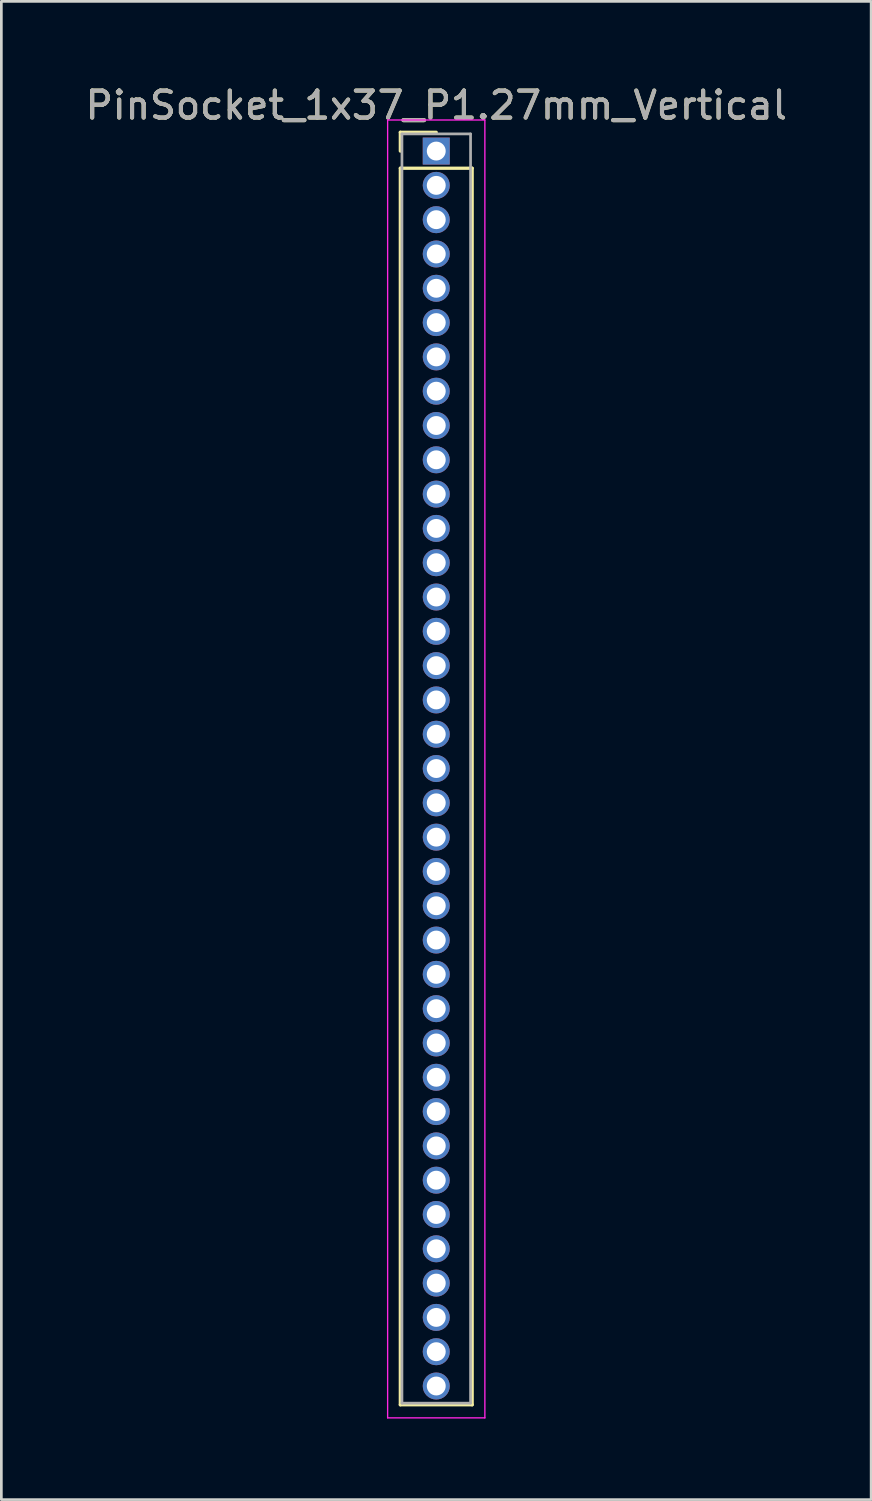
<source format=kicad_pcb>
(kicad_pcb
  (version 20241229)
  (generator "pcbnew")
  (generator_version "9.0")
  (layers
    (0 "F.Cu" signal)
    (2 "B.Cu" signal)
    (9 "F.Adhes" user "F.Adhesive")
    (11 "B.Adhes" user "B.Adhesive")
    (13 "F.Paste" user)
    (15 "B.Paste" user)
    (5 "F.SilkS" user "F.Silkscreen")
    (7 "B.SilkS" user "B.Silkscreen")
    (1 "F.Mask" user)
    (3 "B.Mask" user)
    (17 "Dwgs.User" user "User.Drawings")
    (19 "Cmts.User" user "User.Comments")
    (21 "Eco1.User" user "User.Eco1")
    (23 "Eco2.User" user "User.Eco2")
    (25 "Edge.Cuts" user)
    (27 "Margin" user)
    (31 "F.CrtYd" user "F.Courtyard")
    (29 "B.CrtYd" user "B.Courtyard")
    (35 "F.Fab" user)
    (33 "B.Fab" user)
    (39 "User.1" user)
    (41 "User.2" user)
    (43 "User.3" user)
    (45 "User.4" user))
  (footprint "PinSocket_1x37_P1.27mm_Vertical"
    (layer "F.Cu")
    (at 13.101 2.543)
    (property "Reference" "PinSocket_1x37_P1.27mm_Vertical" (at 0 -1.695 0) (layer "F.SilkS") (effects (font (size 1 1) (thickness 0.15))))
    (attr through_hole)
    (fp_line (start -1.33 -0.695) (end 0 -0.695) (stroke (width 0.12) (type solid)) (layer "F.SilkS"))
    (fp_line (start -1.33 0) (end -1.33 -0.695) (stroke (width 0.12) (type solid)) (layer "F.SilkS"))
    (fp_line (start -1.33 0.635) (end -1.33 46.415) (stroke (width 0.12) (type solid)) (layer "F.SilkS"))
    (fp_line (start -1.33 46.415) (end 1.33 46.415) (stroke (width 0.12) (type solid)) (layer "F.SilkS"))
    (fp_line (start 1.33 0.635) (end -1.33 0.635) (stroke (width 0.12) (type solid)) (layer "F.SilkS"))
    (fp_line (start 1.33 46.415) (end 1.33 0.635) (stroke (width 0.12) (type solid)) (layer "F.SilkS"))
    (fp_line (start -1.8 -1.15) (end -1.8 46.9) (stroke (width 0.05) (type solid)) (layer "F.CrtYd"))
    (fp_line (start -1.8 46.9) (end 1.8 46.9) (stroke (width 0.05) (type solid)) (layer "F.CrtYd"))
    (fp_line (start 1.8 -1.15) (end -1.8 -1.15) (stroke (width 0.05) (type solid)) (layer "F.CrtYd"))
    (fp_line (start 1.8 46.9) (end 1.8 -1.15) (stroke (width 0.05) (type solid)) (layer "F.CrtYd"))
    (fp_line (start -1.27 -0.635) (end -1.27 46.355) (stroke (width 0.1) (type solid)) (layer "F.Fab"))
    (fp_line (start -1.27 46.355) (end 1.27 46.355) (stroke (width 0.1) (type solid)) (layer "F.Fab"))
    (fp_line (start 1.27 -0.635) (end -1.27 -0.635) (stroke (width 0.1) (type solid)) (layer "F.Fab"))
    (fp_line (start 1.27 46.355) (end 1.27 -0.635) (stroke (width 0.1) (type solid)) (layer "F.Fab"))
    (fp_text user "${REFERENCE}" (at 0 -1.695 0) (layer "F.Fab") (effects (font (size 1 1) (thickness 0.15))))
    (pad "1" thru_hole rect (at 0 0) (size 1 1) (drill 0.7) (layers "*.Cu" "*.Mask"))
    (pad "2" thru_hole oval (at 0 1.27) (size 1 1) (drill 0.7) (layers "*.Cu" "*.Mask"))
    (pad "3" thru_hole oval (at 0 2.54) (size 1 1) (drill 0.7) (layers "*.Cu" "*.Mask"))
    (pad "4" thru_hole oval (at 0 3.81) (size 1 1) (drill 0.7) (layers "*.Cu" "*.Mask"))
    (pad "5" thru_hole oval (at 0 5.08) (size 1 1) (drill 0.7) (layers "*.Cu" "*.Mask"))
    (pad "6" thru_hole oval (at 0 6.35) (size 1 1) (drill 0.7) (layers "*.Cu" "*.Mask"))
    (pad "7" thru_hole oval (at 0 7.62) (size 1 1) (drill 0.7) (layers "*.Cu" "*.Mask"))
    (pad "8" thru_hole oval (at 0 8.89) (size 1 1) (drill 0.7) (layers "*.Cu" "*.Mask"))
    (pad "9" thru_hole oval (at 0 10.16) (size 1 1) (drill 0.7) (layers "*.Cu" "*.Mask"))
    (pad "10" thru_hole oval (at 0 11.43) (size 1 1) (drill 0.7) (layers "*.Cu" "*.Mask"))
    (pad "11" thru_hole oval (at 0 12.7) (size 1 1) (drill 0.7) (layers "*.Cu" "*.Mask"))
    (pad "12" thru_hole oval (at 0 13.97) (size 1 1) (drill 0.7) (layers "*.Cu" "*.Mask"))
    (pad "13" thru_hole oval (at 0 15.24) (size 1 1) (drill 0.7) (layers "*.Cu" "*.Mask"))
    (pad "14" thru_hole oval (at 0 16.51) (size 1 1) (drill 0.7) (layers "*.Cu" "*.Mask"))
    (pad "15" thru_hole oval (at 0 17.78) (size 1 1) (drill 0.7) (layers "*.Cu" "*.Mask"))
    (pad "16" thru_hole oval (at 0 19.05) (size 1 1) (drill 0.7) (layers "*.Cu" "*.Mask"))
    (pad "17" thru_hole oval (at 0 20.32) (size 1 1) (drill 0.7) (layers "*.Cu" "*.Mask"))
    (pad "18" thru_hole oval (at 0 21.59) (size 1 1) (drill 0.7) (layers "*.Cu" "*.Mask"))
    (pad "19" thru_hole oval (at 0 22.86) (size 1 1) (drill 0.7) (layers "*.Cu" "*.Mask"))
    (pad "20" thru_hole oval (at 0 24.13) (size 1 1) (drill 0.7) (layers "*.Cu" "*.Mask"))
    (pad "21" thru_hole oval (at 0 25.4) (size 1 1) (drill 0.7) (layers "*.Cu" "*.Mask"))
    (pad "22" thru_hole oval (at 0 26.67) (size 1 1) (drill 0.7) (layers "*.Cu" "*.Mask"))
    (pad "23" thru_hole oval (at 0 27.94) (size 1 1) (drill 0.7) (layers "*.Cu" "*.Mask"))
    (pad "24" thru_hole oval (at 0 29.21) (size 1 1) (drill 0.7) (layers "*.Cu" "*.Mask"))
    (pad "25" thru_hole oval (at 0 30.48) (size 1 1) (drill 0.7) (layers "*.Cu" "*.Mask"))
    (pad "26" thru_hole oval (at 0 31.75) (size 1 1) (drill 0.7) (layers "*.Cu" "*.Mask"))
    (pad "27" thru_hole oval (at 0 33.02) (size 1 1) (drill 0.7) (layers "*.Cu" "*.Mask"))
    (pad "28" thru_hole oval (at 0 34.29) (size 1 1) (drill 0.7) (layers "*.Cu" "*.Mask"))
    (pad "29" thru_hole oval (at 0 35.56) (size 1 1) (drill 0.7) (layers "*.Cu" "*.Mask"))
    (pad "30" thru_hole oval (at 0 36.83) (size 1 1) (drill 0.7) (layers "*.Cu" "*.Mask"))
    (pad "31" thru_hole oval (at 0 38.1) (size 1 1) (drill 0.7) (layers "*.Cu" "*.Mask"))
    (pad "32" thru_hole oval (at 0 39.37) (size 1 1) (drill 0.7) (layers "*.Cu" "*.Mask"))
    (pad "33" thru_hole oval (at 0 40.64) (size 1 1) (drill 0.7) (layers "*.Cu" "*.Mask"))
    (pad "34" thru_hole oval (at 0 41.91) (size 1 1) (drill 0.7) (layers "*.Cu" "*.Mask"))
    (pad "35" thru_hole oval (at 0 43.18) (size 1 1) (drill 0.7) (layers "*.Cu" "*.Mask"))
    (pad "36" thru_hole oval (at 0 44.45) (size 1 1) (drill 0.7) (layers "*.Cu" "*.Mask"))
    (pad "37" thru_hole oval (at 0 45.72) (size 1 1) (drill 0.7) (layers "*.Cu" "*.Mask")))
  (gr_rect
    (start -3 -3)
    (end 29.202 52.468)
    (stroke (width 0.1) (type default))
    (fill no)
    (layer "Edge.Cuts")))
</source>
